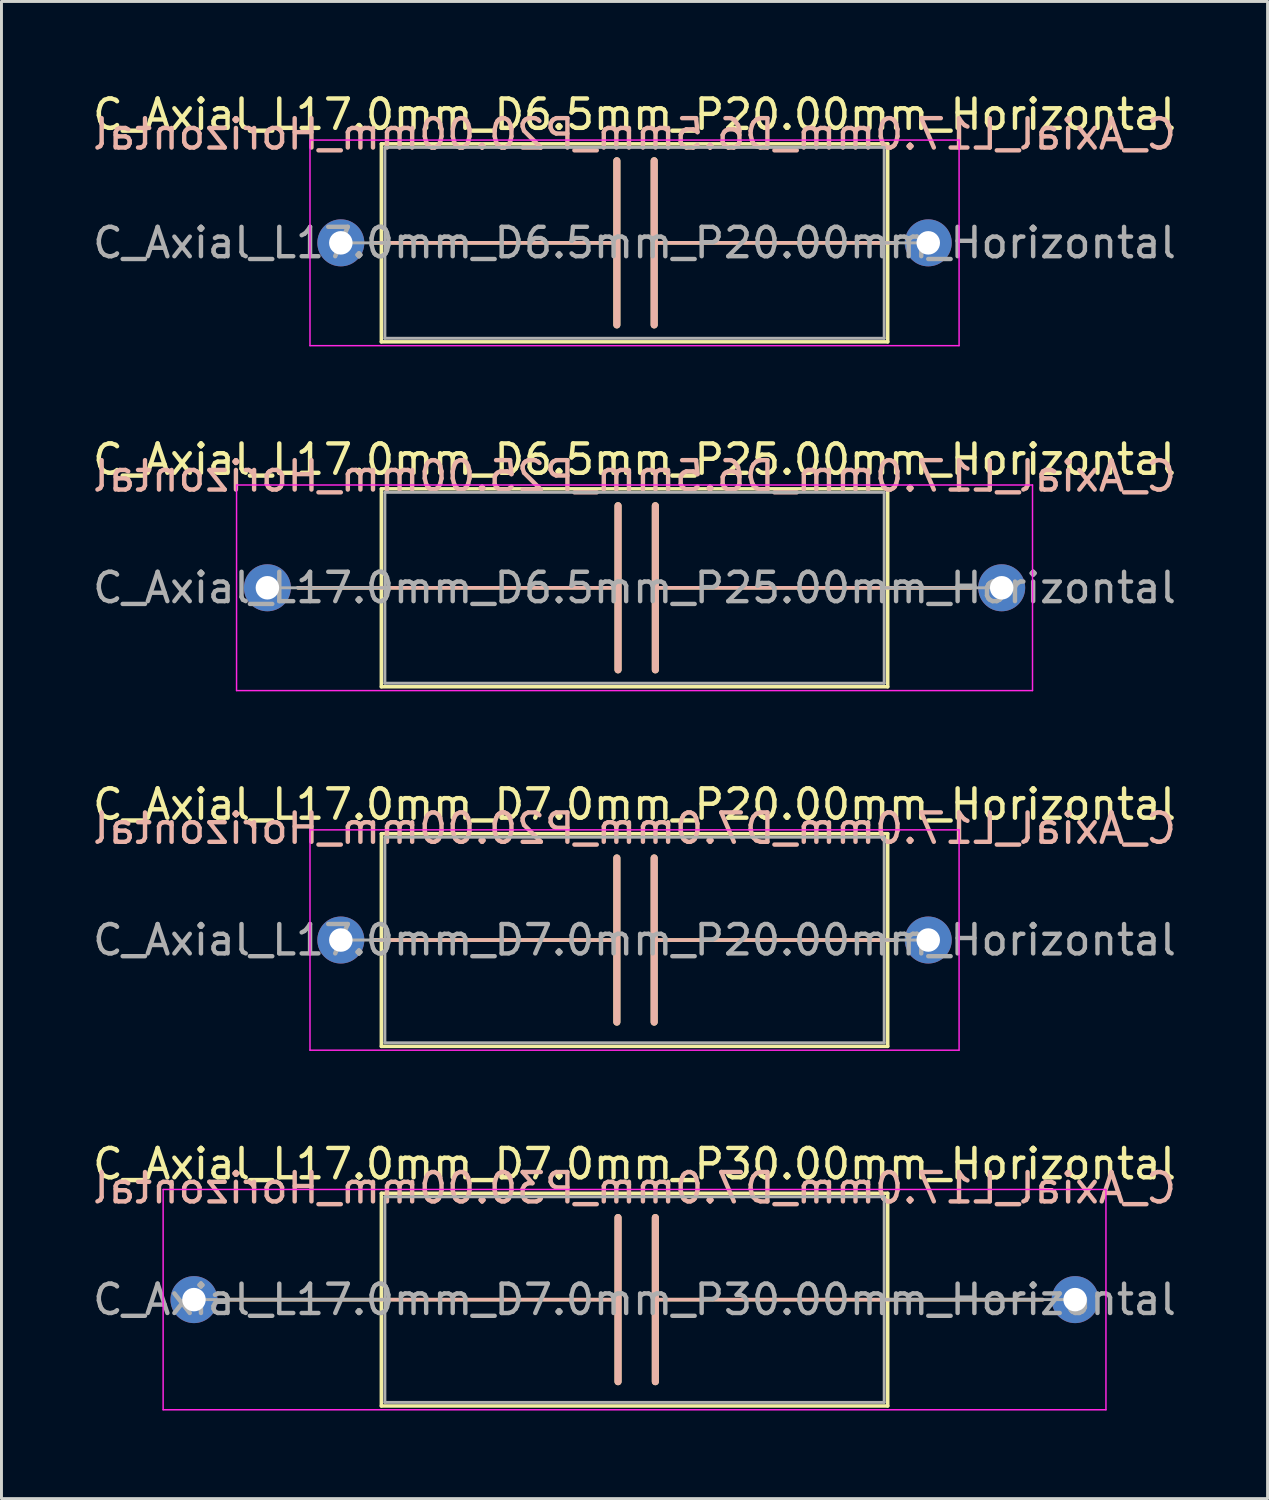
<source format=kicad_pcb>
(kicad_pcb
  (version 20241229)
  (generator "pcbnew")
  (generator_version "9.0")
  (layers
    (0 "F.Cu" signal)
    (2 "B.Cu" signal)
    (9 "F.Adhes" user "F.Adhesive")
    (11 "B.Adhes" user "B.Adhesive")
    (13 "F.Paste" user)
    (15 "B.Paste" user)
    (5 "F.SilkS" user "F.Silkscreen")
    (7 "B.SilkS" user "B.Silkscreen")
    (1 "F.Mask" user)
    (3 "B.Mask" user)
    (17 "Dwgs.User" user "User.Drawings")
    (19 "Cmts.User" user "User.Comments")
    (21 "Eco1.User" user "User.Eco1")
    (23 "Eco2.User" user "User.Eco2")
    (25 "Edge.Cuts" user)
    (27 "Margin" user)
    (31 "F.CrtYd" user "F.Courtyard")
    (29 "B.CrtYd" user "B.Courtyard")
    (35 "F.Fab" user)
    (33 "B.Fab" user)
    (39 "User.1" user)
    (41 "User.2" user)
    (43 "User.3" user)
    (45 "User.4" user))
  (footprint "C_Axial_L17.0mm_D6.5mm_P25.00mm_Horizontal"
    (layer "F.Cu")
    (at 6.054 16.962)
    (property "Reference" "C_Axial_L17.0mm_D6.5mm_P25.00mm_Horizontal" (at 12.5 -4.37 0) (layer "F.SilkS") (effects (font (size 1 1) (thickness 0.15))))
    (fp_line (start 1.04 0) (end 3.88 0) (stroke (width 0.12) (type solid)) (layer "F.SilkS"))
    (fp_line (start 3.88 -3.37) (end 3.88 3.37) (stroke (width 0.12) (type solid)) (layer "F.SilkS"))
    (fp_line (start 3.88 0) (end 11.938 0) (stroke (width 0.12) (type solid)) (layer "F.SilkS"))
    (fp_line (start 3.88 3.37) (end 21.12 3.37) (stroke (width 0.12) (type solid)) (layer "F.SilkS"))
    (fp_line (start 11.938 -2.794) (end 11.938 2.794) (stroke (width 0.24) (type solid)) (layer "F.SilkS"))
    (fp_line (start 13.208 2.794) (end 13.208 -2.794) (stroke (width 0.24) (type solid)) (layer "F.SilkS"))
    (fp_line (start 21.12 -3.37) (end 3.88 -3.37) (stroke (width 0.12) (type solid)) (layer "F.SilkS"))
    (fp_line (start 21.12 0) (end 13.208 0) (stroke (width 0.12) (type solid)) (layer "F.SilkS"))
    (fp_line (start 21.12 3.37) (end 21.12 -3.37) (stroke (width 0.12) (type solid)) (layer "F.SilkS"))
    (fp_line (start 23.96 0) (end 21.12 0) (stroke (width 0.12) (type solid)) (layer "F.SilkS"))
    (fp_line (start 1.04 0) (end 3.88 0) (stroke (width 0.12) (type solid)) (layer "B.SilkS"))
    (fp_line (start 3.88 0) (end 11.938 0) (stroke (width 0.12) (type solid)) (layer "B.SilkS"))
    (fp_line (start 11.938 2.794) (end 11.938 -2.794) (stroke (width 0.24) (type solid)) (layer "B.SilkS"))
    (fp_line (start 13.208 -2.794) (end 13.208 2.794) (stroke (width 0.24) (type solid)) (layer "B.SilkS"))
    (fp_line (start 21.12 0) (end 13.208 0) (stroke (width 0.12) (type solid)) (layer "B.SilkS"))
    (fp_line (start 23.96 0) (end 21.12 0) (stroke (width 0.12) (type solid)) (layer "B.SilkS"))
    (fp_line (start -1.05 -3.5) (end -1.05 3.5) (stroke (width 0.05) (type solid)) (layer "F.CrtYd"))
    (fp_line (start -1.05 3.5) (end 26.05 3.5) (stroke (width 0.05) (type solid)) (layer "F.CrtYd"))
    (fp_line (start 26.05 -3.5) (end -1.05 -3.5) (stroke (width 0.05) (type solid)) (layer "F.CrtYd"))
    (fp_line (start 26.05 3.5) (end 26.05 -3.5) (stroke (width 0.05) (type solid)) (layer "F.CrtYd"))
    (fp_line (start 0 0) (end 4 0) (stroke (width 0.1) (type solid)) (layer "F.Fab"))
    (fp_line (start 4 -3.25) (end 4 3.25) (stroke (width 0.1) (type solid)) (layer "F.Fab"))
    (fp_line (start 4 3.25) (end 21 3.25) (stroke (width 0.1) (type solid)) (layer "F.Fab"))
    (fp_line (start 21 -3.25) (end 4 -3.25) (stroke (width 0.1) (type solid)) (layer "F.Fab"))
    (fp_line (start 21 3.25) (end 21 -3.25) (stroke (width 0.1) (type solid)) (layer "F.Fab"))
    (fp_line (start 25 0) (end 21 0) (stroke (width 0.1) (type solid)) (layer "F.Fab"))
    (fp_text user "${REFERENCE}" (at 12.5 -3.8 0) (layer "B.SilkS") (effects (font (size 1 1) (thickness 0.15)) (justify mirror)))
    (fp_text user "${REFERENCE}" (at 12.5 0 0) (layer "F.Fab") (effects (font (size 1 1) (thickness 0.15))))
    (pad "1" thru_hole circle (at 0 0) (size 1.6 1.6) (drill 0.8) (layers "*.Cu" "*.Mask"))
    (pad "2" thru_hole oval (at 25 0) (size 1.6 1.6) (drill 0.8) (layers "*.Cu" "*.Mask")))
  (footprint "C_Axial_L17.0mm_D6.5mm_P20.00mm_Horizontal"
    (layer "F.Cu")
    (at 8.554 5.218)
    (property "Reference" "C_Axial_L17.0mm_D6.5mm_P20.00mm_Horizontal" (at 10 -4.37 0) (layer "F.SilkS") (effects (font (size 1 1) (thickness 0.15))))
    (fp_line (start 1.04 0) (end 1.38 0) (stroke (width 0.12) (type solid)) (layer "F.SilkS"))
    (fp_line (start 1.38 -3.37) (end 1.38 3.37) (stroke (width 0.12) (type solid)) (layer "F.SilkS"))
    (fp_line (start 1.38 0) (end 9.398 0) (stroke (width 0.12) (type solid)) (layer "F.SilkS"))
    (fp_line (start 1.38 3.37) (end 18.62 3.37) (stroke (width 0.12) (type solid)) (layer "F.SilkS"))
    (fp_line (start 9.398 -2.794) (end 9.398 2.794) (stroke (width 0.24) (type solid)) (layer "F.SilkS"))
    (fp_line (start 10.668 2.794) (end 10.668 -2.794) (stroke (width 0.24) (type solid)) (layer "F.SilkS"))
    (fp_line (start 18.62 -3.37) (end 1.38 -3.37) (stroke (width 0.12) (type solid)) (layer "F.SilkS"))
    (fp_line (start 18.62 0) (end 10.668 0) (stroke (width 0.12) (type solid)) (layer "F.SilkS"))
    (fp_line (start 18.62 3.37) (end 18.62 -3.37) (stroke (width 0.12) (type solid)) (layer "F.SilkS"))
    (fp_line (start 18.96 0) (end 18.62 0) (stroke (width 0.12) (type solid)) (layer "F.SilkS"))
    (fp_line (start 1.04 0) (end 1.38 0) (stroke (width 0.12) (type solid)) (layer "B.SilkS"))
    (fp_line (start 1.38 0) (end 9.398 0) (stroke (width 0.12) (type solid)) (layer "B.SilkS"))
    (fp_line (start 9.398 2.794) (end 9.398 -2.794) (stroke (width 0.24) (type solid)) (layer "B.SilkS"))
    (fp_line (start 10.668 -2.794) (end 10.668 2.794) (stroke (width 0.24) (type solid)) (layer "B.SilkS"))
    (fp_line (start 18.62 0) (end 10.668 0) (stroke (width 0.12) (type solid)) (layer "B.SilkS"))
    (fp_line (start 18.96 0) (end 18.62 0) (stroke (width 0.12) (type solid)) (layer "B.SilkS"))
    (fp_line (start -1.05 -3.5) (end -1.05 3.5) (stroke (width 0.05) (type solid)) (layer "F.CrtYd"))
    (fp_line (start -1.05 3.5) (end 21.05 3.5) (stroke (width 0.05) (type solid)) (layer "F.CrtYd"))
    (fp_line (start 21.05 -3.5) (end -1.05 -3.5) (stroke (width 0.05) (type solid)) (layer "F.CrtYd"))
    (fp_line (start 21.05 3.5) (end 21.05 -3.5) (stroke (width 0.05) (type solid)) (layer "F.CrtYd"))
    (fp_line (start 0 0) (end 1.5 0) (stroke (width 0.1) (type solid)) (layer "F.Fab"))
    (fp_line (start 1.5 -3.25) (end 1.5 3.25) (stroke (width 0.1) (type solid)) (layer "F.Fab"))
    (fp_line (start 1.5 3.25) (end 18.5 3.25) (stroke (width 0.1) (type solid)) (layer "F.Fab"))
    (fp_line (start 18.5 -3.25) (end 1.5 -3.25) (stroke (width 0.1) (type solid)) (layer "F.Fab"))
    (fp_line (start 18.5 3.25) (end 18.5 -3.25) (stroke (width 0.1) (type solid)) (layer "F.Fab"))
    (fp_line (start 20 0) (end 18.5 0) (stroke (width 0.1) (type solid)) (layer "F.Fab"))
    (fp_text user "${REFERENCE}" (at 10 -3.7 0) (layer "B.SilkS") (effects (font (size 1 1) (thickness 0.15)) (justify mirror)))
    (fp_text user "${REFERENCE}" (at 10 0 0) (layer "F.Fab") (effects (font (size 1 1) (thickness 0.15))))
    (pad "1" thru_hole circle (at 0 0) (size 1.6 1.6) (drill 0.8) (layers "*.Cu" "*.Mask"))
    (pad "2" thru_hole oval (at 20 0) (size 1.6 1.6) (drill 0.8) (layers "*.Cu" "*.Mask")))
  (footprint "C_Axial_L17.0mm_D7.0mm_P30.00mm_Horizontal"
    (layer "F.Cu")
    (at 3.554 41.198)
    (property "Reference" "C_Axial_L17.0mm_D7.0mm_P30.00mm_Horizontal" (at 15 -4.62 0) (layer "F.SilkS") (effects (font (size 1 1) (thickness 0.15))))
    (fp_line (start 1.1 0) (end 6.38 0) (stroke (width 0.12) (type solid)) (layer "F.SilkS"))
    (fp_line (start 6.38 -3.62) (end 6.38 3.62) (stroke (width 0.12) (type solid)) (layer "F.SilkS"))
    (fp_line (start 6.38 0) (end 14.438 0) (stroke (width 0.12) (type solid)) (layer "F.SilkS"))
    (fp_line (start 6.38 3.62) (end 23.62 3.62) (stroke (width 0.12) (type solid)) (layer "F.SilkS"))
    (fp_line (start 14.438 -2.794) (end 14.438 2.794) (stroke (width 0.24) (type solid)) (layer "F.SilkS"))
    (fp_line (start 15.708 2.794) (end 15.708 -2.794) (stroke (width 0.24) (type solid)) (layer "F.SilkS"))
    (fp_line (start 23.62 -3.62) (end 6.38 -3.62) (stroke (width 0.12) (type solid)) (layer "F.SilkS"))
    (fp_line (start 23.62 3.62) (end 23.62 -3.62) (stroke (width 0.12) (type solid)) (layer "F.SilkS"))
    (fp_line (start 23.622 0) (end 15.708 0) (stroke (width 0.12) (type solid)) (layer "F.SilkS"))
    (fp_line (start 28.9 0) (end 23.62 0) (stroke (width 0.12) (type solid)) (layer "F.SilkS"))
    (fp_line (start 1.1 0) (end 6.38 0) (stroke (width 0.12) (type solid)) (layer "B.SilkS"))
    (fp_line (start 6.38 0) (end 14.438 0) (stroke (width 0.12) (type solid)) (layer "B.SilkS"))
    (fp_line (start 14.438 2.794) (end 14.438 -2.794) (stroke (width 0.24) (type solid)) (layer "B.SilkS"))
    (fp_line (start 15.708 -2.794) (end 15.708 2.794) (stroke (width 0.24) (type solid)) (layer "B.SilkS"))
    (fp_line (start 23.622 0) (end 15.708 0) (stroke (width 0.12) (type solid)) (layer "B.SilkS"))
    (fp_line (start 28.9 0) (end 23.62 0) (stroke (width 0.12) (type solid)) (layer "B.SilkS"))
    (fp_line (start -1.05 -3.75) (end -1.05 3.75) (stroke (width 0.05) (type solid)) (layer "F.CrtYd"))
    (fp_line (start -1.05 3.75) (end 31.05 3.75) (stroke (width 0.05) (type solid)) (layer "F.CrtYd"))
    (fp_line (start 31.05 -3.75) (end -1.05 -3.75) (stroke (width 0.05) (type solid)) (layer "F.CrtYd"))
    (fp_line (start 31.05 3.75) (end 31.05 -3.75) (stroke (width 0.05) (type solid)) (layer "F.CrtYd"))
    (fp_line (start 0 0) (end 6.5 0) (stroke (width 0.1) (type solid)) (layer "F.Fab"))
    (fp_line (start 6.5 -3.5) (end 6.5 3.5) (stroke (width 0.1) (type solid)) (layer "F.Fab"))
    (fp_line (start 6.5 3.5) (end 23.5 3.5) (stroke (width 0.1) (type solid)) (layer "F.Fab"))
    (fp_line (start 23.5 -3.5) (end 6.5 -3.5) (stroke (width 0.1) (type solid)) (layer "F.Fab"))
    (fp_line (start 23.5 3.5) (end 23.5 -3.5) (stroke (width 0.1) (type solid)) (layer "F.Fab"))
    (fp_line (start 30 0) (end 23.5 0) (stroke (width 0.1) (type solid)) (layer "F.Fab"))
    (fp_text user "${REFERENCE}" (at 15 -3.8 0) (layer "B.SilkS") (effects (font (size 1 1) (thickness 0.15)) (justify mirror)))
    (fp_text user "${REFERENCE}" (at 15 0 0) (layer "F.Fab") (effects (font (size 1 1) (thickness 0.15))))
    (pad "1" thru_hole circle (at 0 0) (size 1.6 1.6) (drill 0.8) (layers "*.Cu" "*.Mask"))
    (pad "2" thru_hole oval (at 30 0) (size 1.6 1.6) (drill 0.8) (layers "*.Cu" "*.Mask")))
  (footprint "C_Axial_L17.0mm_D7.0mm_P20.00mm_Horizontal"
    (layer "F.Cu")
    (at 8.554 28.955)
    (property "Reference" "C_Axial_L17.0mm_D7.0mm_P20.00mm_Horizontal" (at 10 -4.62 0) (layer "F.SilkS") (effects (font (size 1 1) (thickness 0.15))))
    (fp_line (start 1.04 0) (end 1.38 0) (stroke (width 0.12) (type solid)) (layer "F.SilkS"))
    (fp_line (start 1.38 -3.62) (end 1.38 3.62) (stroke (width 0.12) (type solid)) (layer "F.SilkS"))
    (fp_line (start 1.38 0) (end 9.398 0) (stroke (width 0.12) (type solid)) (layer "F.SilkS"))
    (fp_line (start 1.38 3.62) (end 18.62 3.62) (stroke (width 0.12) (type solid)) (layer "F.SilkS"))
    (fp_line (start 9.398 -2.794) (end 9.398 2.794) (stroke (width 0.24) (type solid)) (layer "F.SilkS"))
    (fp_line (start 10.668 2.794) (end 10.668 -2.794) (stroke (width 0.24) (type solid)) (layer "F.SilkS"))
    (fp_line (start 18.62 -3.62) (end 1.38 -3.62) (stroke (width 0.12) (type solid)) (layer "F.SilkS"))
    (fp_line (start 18.62 0) (end 10.668 0) (stroke (width 0.12) (type solid)) (layer "F.SilkS"))
    (fp_line (start 18.62 3.62) (end 18.62 -3.62) (stroke (width 0.12) (type solid)) (layer "F.SilkS"))
    (fp_line (start 18.96 0) (end 18.62 0) (stroke (width 0.12) (type solid)) (layer "F.SilkS"))
    (fp_line (start 1.04 0) (end 1.38 0) (stroke (width 0.12) (type solid)) (layer "B.SilkS"))
    (fp_line (start 1.38 0) (end 9.398 0) (stroke (width 0.12) (type solid)) (layer "B.SilkS"))
    (fp_line (start 9.398 2.794) (end 9.398 -2.794) (stroke (width 0.24) (type solid)) (layer "B.SilkS"))
    (fp_line (start 10.668 -2.794) (end 10.668 2.794) (stroke (width 0.24) (type solid)) (layer "B.SilkS"))
    (fp_line (start 18.62 0) (end 10.668 0) (stroke (width 0.12) (type solid)) (layer "B.SilkS"))
    (fp_line (start 18.96 0) (end 18.62 0) (stroke (width 0.12) (type solid)) (layer "B.SilkS"))
    (fp_line (start -1.05 -3.75) (end -1.05 3.75) (stroke (width 0.05) (type solid)) (layer "F.CrtYd"))
    (fp_line (start -1.05 3.75) (end 21.05 3.75) (stroke (width 0.05) (type solid)) (layer "F.CrtYd"))
    (fp_line (start 21.05 -3.75) (end -1.05 -3.75) (stroke (width 0.05) (type solid)) (layer "F.CrtYd"))
    (fp_line (start 21.05 3.75) (end 21.05 -3.75) (stroke (width 0.05) (type solid)) (layer "F.CrtYd"))
    (fp_line (start 0 0) (end 1.5 0) (stroke (width 0.1) (type solid)) (layer "F.Fab"))
    (fp_line (start 1.5 -3.5) (end 1.5 3.5) (stroke (width 0.1) (type solid)) (layer "F.Fab"))
    (fp_line (start 1.5 3.5) (end 18.5 3.5) (stroke (width 0.1) (type solid)) (layer "F.Fab"))
    (fp_line (start 18.5 -3.5) (end 1.5 -3.5) (stroke (width 0.1) (type solid)) (layer "F.Fab"))
    (fp_line (start 18.5 3.5) (end 18.5 -3.5) (stroke (width 0.1) (type solid)) (layer "F.Fab"))
    (fp_line (start 20 0) (end 18.5 0) (stroke (width 0.1) (type solid)) (layer "F.Fab"))
    (fp_text user "${REFERENCE}" (at 10 -3.8 0) (layer "B.SilkS") (effects (font (size 1 1) (thickness 0.15)) (justify mirror)))
    (fp_text user "${REFERENCE}" (at 10 0 0) (layer "F.Fab") (effects (font (size 1 1) (thickness 0.15))))
    (pad "1" thru_hole circle (at 0 0) (size 1.6 1.6) (drill 0.8) (layers "*.Cu" "*.Mask"))
    (pad "2" thru_hole oval (at 20 0) (size 1.6 1.6) (drill 0.8) (layers "*.Cu" "*.Mask")))
  (gr_rect
    (start -3 -3)
    (end 40.107 47.973)
    (stroke (width 0.1) (type default))
    (fill no)
    (layer "Edge.Cuts")))
</source>
